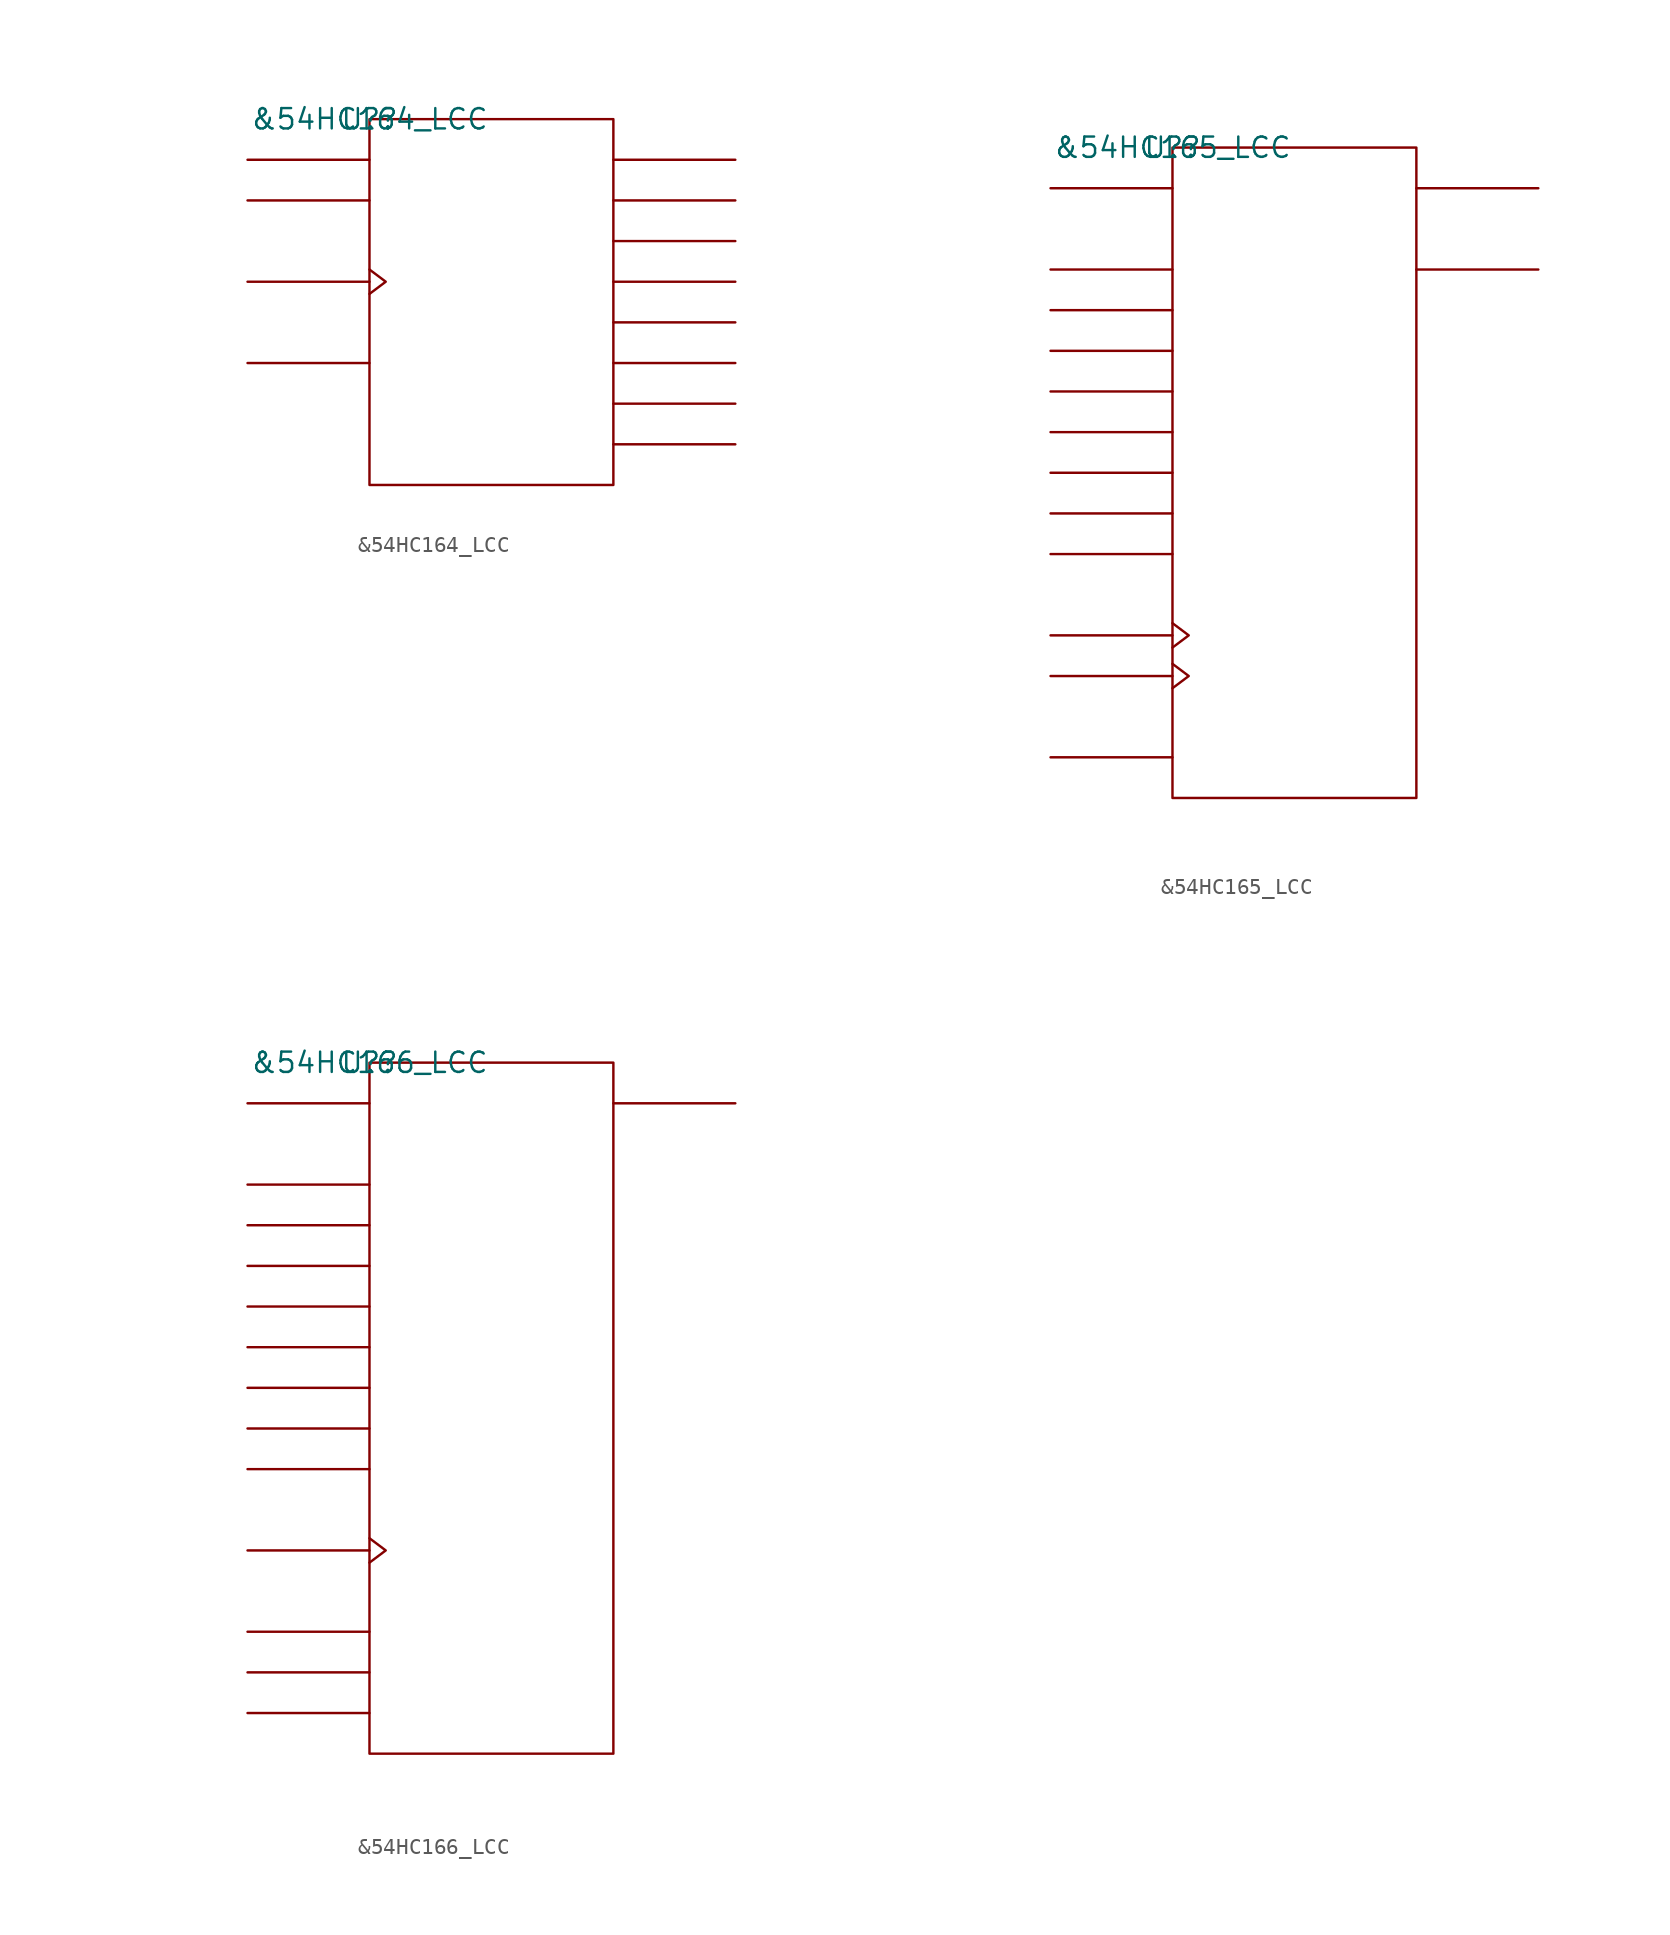
<source format=kicad_sym>
(kicad_symbol_lib
  (version 20211014)
  (generator kicad_symbol_editor)
  (symbol "&54HC164_LCC"
    (pin_names
      (offset 0.762))
    (property "Reference" "U?"
      (at 0 0 0)
      (effects (font (size 1.27 1.27))))
    (property "Value" "&54HC164_LCC"
      (at 0 0 0)
      (effects (font (size 1.27 1.27))))
    (symbol "&54HC164_LCC_0_1"
      (rectangle (start 0 -22.86) (end 15.24 0) (stroke (width 0) (type default) (color 0 0 0 0)) (fill (type none)))
      (polyline (pts (xy 0 -15.24) (xy -7.62 -15.24)) (stroke (width 0) (type default) (color 0 0 0 0)) (fill (type none)))
      (polyline (pts (xy 0 -10.16) (xy -7.62 -10.16)) (stroke (width 0) (type default) (color 0 0 0 0)) (fill (type none)))
      (polyline (pts (xy 0 -5.08) (xy -7.62 -5.08)) (stroke (width 0) (type default) (color 0 0 0 0)) (fill (type none)))
      (polyline (pts (xy 0 -2.54) (xy -7.62 -2.54)) (stroke (width 0) (type default) (color 0 0 0 0)) (fill (type none)))
      (polyline (pts (xy 15.24 -20.32) (xy 22.86 -20.32)) (stroke (width 0) (type default) (color 0 0 0 0)) (fill (type none)))
      (polyline (pts (xy 15.24 -17.78) (xy 22.86 -17.78)) (stroke (width 0) (type default) (color 0 0 0 0)) (fill (type none)))
      (polyline (pts (xy 15.24 -15.24) (xy 22.86 -15.24)) (stroke (width 0) (type default) (color 0 0 0 0)) (fill (type none)))
      (polyline (pts (xy 15.24 -12.7) (xy 22.86 -12.7)) (stroke (width 0) (type default) (color 0 0 0 0)) (fill (type none)))
      (polyline (pts (xy 15.24 -10.16) (xy 22.86 -10.16)) (stroke (width 0) (type default) (color 0 0 0 0)) (fill (type none)))
      (polyline (pts (xy 15.24 -7.62) (xy 22.86 -7.62)) (stroke (width 0) (type default) (color 0 0 0 0)) (fill (type none)))
      (polyline (pts (xy 15.24 -5.08) (xy 22.86 -5.08)) (stroke (width 0) (type default) (color 0 0 0 0)) (fill (type none)))
      (polyline (pts (xy 15.24 -2.54) (xy 22.86 -2.54)) (stroke (width 0) (type default) (color 0 0 0 0)) (fill (type none)))
      (polyline (pts (xy 0 -9.398) (xy 1.016 -10.16) (xy 0 -10.922)) (stroke (width 0) (type default) (color 0 0 0 0)) (fill (type none))))
    (symbol "&54HC164_LCC_1_1"
      (pin power_in line (at 7.62 -22.86 0) (length 7.62) hide (name "GND" (effects (font (size 1.245 1.245)))) (number "10" (effects (font (size 1.245 1.245)))))
      (pin unspecified line (at -7.62 -10.16 180) (length 7.62) hide (name "CLK" (effects (font (size 1.245 1.245)))) (number "12" (effects (font (size 1.245 1.245)))))
      (pin unspecified line (at -7.62 -15.24 0) (length 7.62) hide (name "C\\L\\R\\" (effects (font (size 1.245 1.245)))) (number "13" (effects (font (size 1.245 1.245)))))
      (pin unspecified line (at 22.86 -12.7 180) (length 7.62) hide (name "QE" (effects (font (size 1.245 1.245)))) (number "14" (effects (font (size 1.245 1.245)))))
      (pin unspecified line (at 22.86 -15.24 180) (length 7.62) hide (name "QF" (effects (font (size 1.245 1.245)))) (number "16" (effects (font (size 1.245 1.245)))))
      (pin unspecified line (at 22.86 -17.78 180) (length 7.62) hide (name "QG" (effects (font (size 1.245 1.245)))) (number "18" (effects (font (size 1.245 1.245)))))
      (pin unspecified line (at 22.86 -20.32 180) (length 7.62) hide (name "QH" (effects (font (size 1.245 1.245)))) (number "19" (effects (font (size 1.245 1.245)))))
      (pin unspecified line (at -7.62 -2.54 0) (length 7.62) hide (name "A" (effects (font (size 1.245 1.245)))) (number "2" (effects (font (size 1.245 1.245)))))
      (pin power_in line (at 7.62 0 0) (length 7.62) hide (name "VCC" (effects (font (size 1.245 1.245)))) (number "20" (effects (font (size 1.245 1.245)))))
      (pin unspecified line (at -7.62 -5.08 0) (length 7.62) hide (name "B" (effects (font (size 1.245 1.245)))) (number "3" (effects (font (size 1.245 1.245)))))
      (pin unspecified line (at 22.86 -2.54 180) (length 7.62) hide (name "QA" (effects (font (size 1.245 1.245)))) (number "4" (effects (font (size 1.245 1.245)))))
      (pin unspecified line (at 22.86 -5.08 180) (length 7.62) hide (name "QB" (effects (font (size 1.245 1.245)))) (number "6" (effects (font (size 1.245 1.245)))))
      (pin unspecified line (at 22.86 -7.62 180) (length 7.62) hide (name "QC" (effects (font (size 1.245 1.245)))) (number "8" (effects (font (size 1.245 1.245)))))
      (pin unspecified line (at 22.86 -10.16 180) (length 7.62) hide (name "QD" (effects (font (size 1.245 1.245)))) (number "9" (effects (font (size 1.245 1.245)))))))
  (symbol "&54HC165_LCC"
    (pin_names
      (offset 0.762))
    (property "Reference" "U?"
      (at 0 0 0)
      (effects (font (size 1.27 1.27))))
    (property "Value" "&54HC165_LCC"
      (at 0 0 0)
      (effects (font (size 1.27 1.27))))
    (symbol "&54HC165_LCC_0_1"
      (rectangle (start 0 -40.64) (end 15.24 0) (stroke (width 0) (type default) (color 0 0 0 0)) (fill (type none)))
      (polyline (pts (xy 0 -38.1) (xy -7.62 -38.1)) (stroke (width 0) (type default) (color 0 0 0 0)) (fill (type none)))
      (polyline (pts (xy 0 -33.02) (xy -7.62 -33.02)) (stroke (width 0) (type default) (color 0 0 0 0)) (fill (type none)))
      (polyline (pts (xy 0 -30.48) (xy -7.62 -30.48)) (stroke (width 0) (type default) (color 0 0 0 0)) (fill (type none)))
      (polyline (pts (xy 0 -25.4) (xy -7.62 -25.4)) (stroke (width 0) (type default) (color 0 0 0 0)) (fill (type none)))
      (polyline (pts (xy 0 -22.86) (xy -7.62 -22.86)) (stroke (width 0) (type default) (color 0 0 0 0)) (fill (type none)))
      (polyline (pts (xy 0 -20.32) (xy -7.62 -20.32)) (stroke (width 0) (type default) (color 0 0 0 0)) (fill (type none)))
      (polyline (pts (xy 0 -17.78) (xy -7.62 -17.78)) (stroke (width 0) (type default) (color 0 0 0 0)) (fill (type none)))
      (polyline (pts (xy 0 -15.24) (xy -7.62 -15.24)) (stroke (width 0) (type default) (color 0 0 0 0)) (fill (type none)))
      (polyline (pts (xy 0 -12.7) (xy -7.62 -12.7)) (stroke (width 0) (type default) (color 0 0 0 0)) (fill (type none)))
      (polyline (pts (xy 0 -10.16) (xy -7.62 -10.16)) (stroke (width 0) (type default) (color 0 0 0 0)) (fill (type none)))
      (polyline (pts (xy 0 -7.62) (xy -7.62 -7.62)) (stroke (width 0) (type default) (color 0 0 0 0)) (fill (type none)))
      (polyline (pts (xy 0 -2.54) (xy -7.62 -2.54)) (stroke (width 0) (type default) (color 0 0 0 0)) (fill (type none)))
      (polyline (pts (xy 15.24 -7.62) (xy 22.86 -7.62)) (stroke (width 0) (type default) (color 0 0 0 0)) (fill (type none)))
      (polyline (pts (xy 15.24 -2.54) (xy 22.86 -2.54)) (stroke (width 0) (type default) (color 0 0 0 0)) (fill (type none)))
      (polyline (pts (xy 0 -32.258) (xy 1.016 -33.02) (xy 0 -33.782)) (stroke (width 0) (type default) (color 0 0 0 0)) (fill (type none)))
      (polyline (pts (xy 0 -29.718) (xy 1.016 -30.48) (xy 0 -31.242)) (stroke (width 0) (type default) (color 0 0 0 0)) (fill (type none))))
    (symbol "&54HC165_LCC_1_1"
      (pin power_in line (at 12.7 -40.64 180) (length 7.62) hide (name "GND" (effects (font (size 1.245 1.245)))) (number "10" (effects (font (size 1.245 1.245)))))
      (pin unspecified line (at 22.86 -2.54 180) (length 7.62) hide (name "QH" (effects (font (size 1.245 1.245)))) (number "12" (effects (font (size 1.245 1.245)))))
      (pin unspecified line (at -7.62 -2.54 0) (length 7.62) hide (name "SDI" (effects (font (size 1.245 1.245)))) (number "13" (effects (font (size 1.245 1.245)))))
      (pin unspecified line (at -7.62 -7.62 0) (length 7.62) hide (name "A" (effects (font (size 1.245 1.245)))) (number "14" (effects (font (size 1.245 1.245)))))
      (pin unspecified line (at -7.62 -10.16 0) (length 7.62) hide (name "B" (effects (font (size 1.245 1.245)))) (number "15" (effects (font (size 1.245 1.245)))))
      (pin unspecified line (at -7.62 -12.7 0) (length 7.62) hide (name "C" (effects (font (size 1.245 1.245)))) (number "17" (effects (font (size 1.245 1.245)))))
      (pin unspecified line (at -7.62 -15.24 0) (length 7.62) hide (name "D" (effects (font (size 1.245 1.245)))) (number "18" (effects (font (size 1.245 1.245)))))
      (pin unspecified line (at -7.62 -33.02 180) (length 7.62) hide (name "CLKINH" (effects (font (size 1.245 1.245)))) (number "19" (effects (font (size 1.245 1.245)))))
      (pin unspecified line (at -7.62 -38.1 0) (length 7.62) hide (name "SH/L\\D\\" (effects (font (size 1.245 1.245)))) (number "2" (effects (font (size 1.245 1.245)))))
      (pin power_in line (at 7.62 0 180) (length 7.62) hide (name "VCC" (effects (font (size 1.245 1.245)))) (number "20" (effects (font (size 1.245 1.245)))))
      (pin unspecified line (at -7.62 -30.48 180) (length 7.62) hide (name "CLK" (effects (font (size 1.245 1.245)))) (number "3" (effects (font (size 1.245 1.245)))))
      (pin unspecified line (at -7.62 -17.78 0) (length 7.62) hide (name "E" (effects (font (size 1.245 1.245)))) (number "4" (effects (font (size 1.245 1.245)))))
      (pin unspecified line (at -7.62 -20.32 0) (length 7.62) hide (name "F" (effects (font (size 1.245 1.245)))) (number "5" (effects (font (size 1.245 1.245)))))
      (pin unspecified line (at -7.62 -22.86 0) (length 7.62) hide (name "G" (effects (font (size 1.245 1.245)))) (number "7" (effects (font (size 1.245 1.245)))))
      (pin unspecified line (at -7.62 -25.4 0) (length 7.62) hide (name "H" (effects (font (size 1.245 1.245)))) (number "8" (effects (font (size 1.245 1.245)))))
      (pin unspecified line (at 22.86 -7.62 180) (length 7.62) hide (name "Q\\H\\" (effects (font (size 1.245 1.245)))) (number "9" (effects (font (size 1.245 1.245)))))))
  (symbol "&54HC166_LCC"
    (pin_names
      (offset 0.762))
    (property "Reference" "U?"
      (at 0 0 0)
      (effects (font (size 1.27 1.27))))
    (property "Value" "&54HC166_LCC"
      (at 0 0 0)
      (effects (font (size 1.27 1.27))))
    (symbol "&54HC166_LCC_0_1"
      (rectangle (start 0 -43.18) (end 15.24 0) (stroke (width 0) (type default) (color 0 0 0 0)) (fill (type none)))
      (polyline (pts (xy 0 -40.64) (xy -7.62 -40.64)) (stroke (width 0) (type default) (color 0 0 0 0)) (fill (type none)))
      (polyline (pts (xy 0 -38.1) (xy -7.62 -38.1)) (stroke (width 0) (type default) (color 0 0 0 0)) (fill (type none)))
      (polyline (pts (xy 0 -35.56) (xy -7.62 -35.56)) (stroke (width 0) (type default) (color 0 0 0 0)) (fill (type none)))
      (polyline (pts (xy 0 -30.48) (xy -7.62 -30.48)) (stroke (width 0) (type default) (color 0 0 0 0)) (fill (type none)))
      (polyline (pts (xy 0 -25.4) (xy -7.62 -25.4)) (stroke (width 0) (type default) (color 0 0 0 0)) (fill (type none)))
      (polyline (pts (xy 0 -22.86) (xy -7.62 -22.86)) (stroke (width 0) (type default) (color 0 0 0 0)) (fill (type none)))
      (polyline (pts (xy 0 -20.32) (xy -7.62 -20.32)) (stroke (width 0) (type default) (color 0 0 0 0)) (fill (type none)))
      (polyline (pts (xy 0 -17.78) (xy -7.62 -17.78)) (stroke (width 0) (type default) (color 0 0 0 0)) (fill (type none)))
      (polyline (pts (xy 0 -15.24) (xy -7.62 -15.24)) (stroke (width 0) (type default) (color 0 0 0 0)) (fill (type none)))
      (polyline (pts (xy 0 -12.7) (xy -7.62 -12.7)) (stroke (width 0) (type default) (color 0 0 0 0)) (fill (type none)))
      (polyline (pts (xy 0 -10.16) (xy -7.62 -10.16)) (stroke (width 0) (type default) (color 0 0 0 0)) (fill (type none)))
      (polyline (pts (xy 0 -7.62) (xy -7.62 -7.62)) (stroke (width 0) (type default) (color 0 0 0 0)) (fill (type none)))
      (polyline (pts (xy 0 -2.54) (xy -7.62 -2.54)) (stroke (width 0) (type default) (color 0 0 0 0)) (fill (type none)))
      (polyline (pts (xy 15.24 -2.54) (xy 22.86 -2.54)) (stroke (width 0) (type default) (color 0 0 0 0)) (fill (type none)))
      (polyline (pts (xy 0 -29.718) (xy 1.016 -30.48) (xy 0 -31.242)) (stroke (width 0) (type default) (color 0 0 0 0)) (fill (type none))))
    (symbol "&54HC166_LCC_1_1"
      (pin power_in line (at 12.7 -43.18 180) (length 7.62) hide (name "GND" (effects (font (size 1.245 1.245)))) (number "10" (effects (font (size 1.245 1.245)))))
      (pin unspecified line (at -7.62 -38.1 0) (length 7.62) hide (name "C\\L\\R\\" (effects (font (size 1.245 1.245)))) (number "12" (effects (font (size 1.245 1.245)))))
      (pin unspecified line (at -7.62 -17.78 0) (length 7.62) hide (name "E" (effects (font (size 1.245 1.245)))) (number "13" (effects (font (size 1.245 1.245)))))
      (pin unspecified line (at -7.62 -20.32 0) (length 7.62) hide (name "F" (effects (font (size 1.245 1.245)))) (number "14" (effects (font (size 1.245 1.245)))))
      (pin unspecified line (at -7.62 -22.86 0) (length 7.62) hide (name "G" (effects (font (size 1.245 1.245)))) (number "15" (effects (font (size 1.245 1.245)))))
      (pin unspecified line (at 22.86 -2.54 180) (length 7.62) hide (name "QH" (effects (font (size 1.245 1.245)))) (number "17" (effects (font (size 1.245 1.245)))))
      (pin unspecified line (at -7.62 -25.4 0) (length 7.62) hide (name "H" (effects (font (size 1.245 1.245)))) (number "18" (effects (font (size 1.245 1.245)))))
      (pin unspecified line (at -7.62 -40.64 0) (length 7.62) hide (name "SH/L\\D\\" (effects (font (size 1.245 1.245)))) (number "19" (effects (font (size 1.245 1.245)))))
      (pin unspecified line (at -7.62 -2.54 0) (length 7.62) hide (name "SDI" (effects (font (size 1.245 1.245)))) (number "2" (effects (font (size 1.245 1.245)))))
      (pin power_in line (at 7.62 0 0) (length 7.62) hide (name "VCC" (effects (font (size 1.245 1.245)))) (number "20" (effects (font (size 1.245 1.245)))))
      (pin unspecified line (at -7.62 -7.62 0) (length 7.62) hide (name "A" (effects (font (size 1.245 1.245)))) (number "3" (effects (font (size 1.245 1.245)))))
      (pin unspecified line (at -7.62 -10.16 0) (length 7.62) hide (name "B" (effects (font (size 1.245 1.245)))) (number "4" (effects (font (size 1.245 1.245)))))
      (pin unspecified line (at -7.62 -12.7 0) (length 7.62) hide (name "C" (effects (font (size 1.245 1.245)))) (number "5" (effects (font (size 1.245 1.245)))))
      (pin unspecified line (at -7.62 -15.24 0) (length 7.62) hide (name "D" (effects (font (size 1.245 1.245)))) (number "7" (effects (font (size 1.245 1.245)))))
      (pin unspecified line (at -7.62 -35.56 0) (length 7.62) hide (name "CLKINH" (effects (font (size 1.245 1.245)))) (number "8" (effects (font (size 1.245 1.245)))))
      (pin unspecified line (at -7.62 -30.48 180) (length 7.62) hide (name "CLK" (effects (font (size 1.245 1.245)))) (number "9" (effects (font (size 1.245 1.245))))))))
</source>
